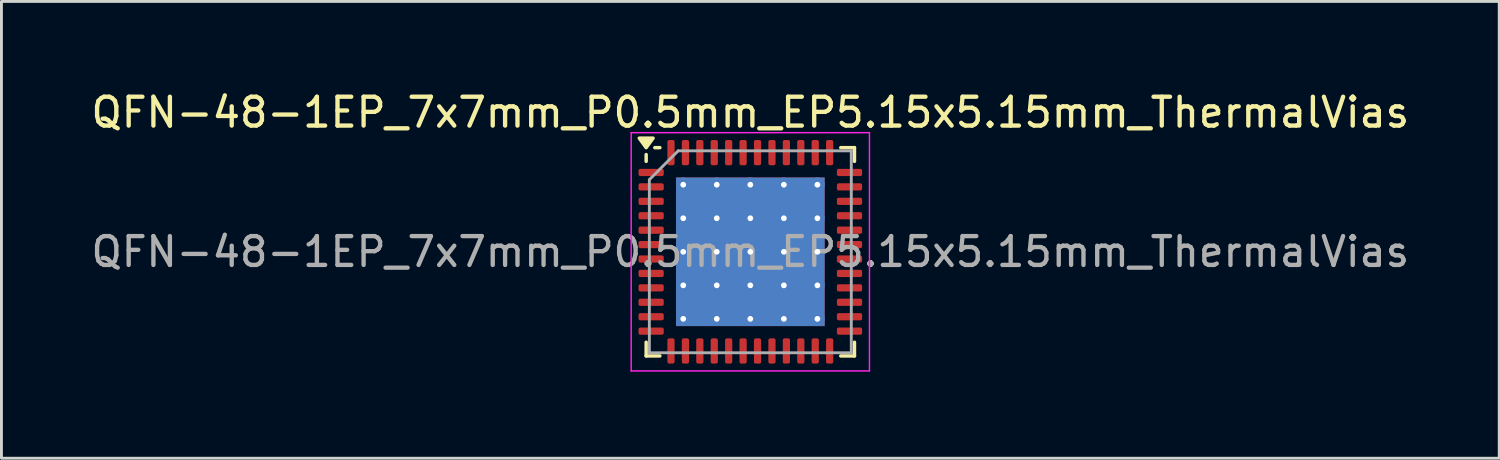
<source format=kicad_pcb>
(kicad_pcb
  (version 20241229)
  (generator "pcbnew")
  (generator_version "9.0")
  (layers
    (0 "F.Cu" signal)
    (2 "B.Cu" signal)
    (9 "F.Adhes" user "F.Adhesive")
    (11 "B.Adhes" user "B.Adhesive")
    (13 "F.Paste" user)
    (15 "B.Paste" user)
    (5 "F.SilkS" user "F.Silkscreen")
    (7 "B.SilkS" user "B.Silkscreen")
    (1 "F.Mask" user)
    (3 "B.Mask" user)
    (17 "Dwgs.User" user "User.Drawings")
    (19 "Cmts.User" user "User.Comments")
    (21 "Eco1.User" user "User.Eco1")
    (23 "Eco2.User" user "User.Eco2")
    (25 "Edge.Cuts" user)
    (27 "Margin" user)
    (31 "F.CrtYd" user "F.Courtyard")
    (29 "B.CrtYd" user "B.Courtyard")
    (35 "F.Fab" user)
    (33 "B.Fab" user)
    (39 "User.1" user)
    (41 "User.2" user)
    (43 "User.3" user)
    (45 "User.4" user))
  (footprint "QFN-48-1EP_7x7mm_P0.5mm_EP5.15x5.15mm_ThermalVias"
    (layer "F.Cu")
    (at 22.958 5.678)
    (property "Reference" "QFN-48-1EP_7x7mm_P0.5mm_EP5.15x5.15mm_ThermalVias" (at 0 -4.83 0) (layer "F.SilkS") (effects (font (size 1 1) (thickness 0.15))))
    (attr smd)
    (fp_line (start -3.61 -3.135) (end -3.61 -3.37) (stroke (width 0.12) (type solid)) (layer "F.SilkS"))
    (fp_line (start -3.61 3.61) (end -3.61 3.135) (stroke (width 0.12) (type solid)) (layer "F.SilkS"))
    (fp_line (start -3.135 -3.61) (end -3.31 -3.61) (stroke (width 0.12) (type solid)) (layer "F.SilkS"))
    (fp_line (start -3.135 3.61) (end -3.61 3.61) (stroke (width 0.12) (type solid)) (layer "F.SilkS"))
    (fp_line (start 3.135 -3.61) (end 3.61 -3.61) (stroke (width 0.12) (type solid)) (layer "F.SilkS"))
    (fp_line (start 3.135 3.61) (end 3.61 3.61) (stroke (width 0.12) (type solid)) (layer "F.SilkS"))
    (fp_line (start 3.61 -3.61) (end 3.61 -3.135) (stroke (width 0.12) (type solid)) (layer "F.SilkS"))
    (fp_line (start 3.61 3.61) (end 3.61 3.135) (stroke (width 0.12) (type solid)) (layer "F.SilkS"))
    (fp_poly (pts (xy -3.61 -3.61) (xy -3.85 -3.94) (xy -3.37 -3.94) (xy -3.61 -3.61)) (stroke (width 0.12) (type solid)) (fill yes) (layer "F.SilkS"))
    (fp_line (start -4.13 -4.13) (end -4.13 4.13) (stroke (width 0.05) (type solid)) (layer "F.CrtYd"))
    (fp_line (start -4.13 4.13) (end 4.13 4.13) (stroke (width 0.05) (type solid)) (layer "F.CrtYd"))
    (fp_line (start 4.13 -4.13) (end -4.13 -4.13) (stroke (width 0.05) (type solid)) (layer "F.CrtYd"))
    (fp_line (start 4.13 4.13) (end 4.13 -4.13) (stroke (width 0.05) (type solid)) (layer "F.CrtYd"))
    (fp_line (start -3.5 -2.5) (end -2.5 -3.5) (stroke (width 0.1) (type solid)) (layer "F.Fab"))
    (fp_line (start -3.5 3.5) (end -3.5 -2.5) (stroke (width 0.1) (type solid)) (layer "F.Fab"))
    (fp_line (start -2.5 -3.5) (end 3.5 -3.5) (stroke (width 0.1) (type solid)) (layer "F.Fab"))
    (fp_line (start 3.5 -3.5) (end 3.5 3.5) (stroke (width 0.1) (type solid)) (layer "F.Fab"))
    (fp_line (start 3.5 3.5) (end -3.5 3.5) (stroke (width 0.1) (type solid)) (layer "F.Fab"))
    (fp_text user "${REFERENCE}" (at 0 0 0) (layer "F.Fab") (effects (font (size 1 1) (thickness 0.15))))
    (pad "" smd roundrect (at -1.744 -1.744) (size 0.997 0.997) (layers "F.Paste") (roundrect_rratio 0.25))
    (pad "" smd roundrect (at -1.744 -0.581) (size 0.997 0.997) (layers "F.Paste") (roundrect_rratio 0.25))
    (pad "" smd roundrect (at -1.744 0.581) (size 0.997 0.997) (layers "F.Paste") (roundrect_rratio 0.25))
    (pad "" smd roundrect (at -1.744 1.744) (size 0.997 0.997) (layers "F.Paste") (roundrect_rratio 0.25))
    (pad "" smd roundrect (at -0.581 -1.744) (size 0.997 0.997) (layers "F.Paste") (roundrect_rratio 0.25))
    (pad "" smd roundrect (at -0.581 -0.581) (size 0.997 0.997) (layers "F.Paste") (roundrect_rratio 0.25))
    (pad "" smd roundrect (at -0.581 0.581) (size 0.997 0.997) (layers "F.Paste") (roundrect_rratio 0.25))
    (pad "" smd roundrect (at -0.581 1.744) (size 0.997 0.997) (layers "F.Paste") (roundrect_rratio 0.25))
    (pad "" smd roundrect (at 0.581 -1.744) (size 0.997 0.997) (layers "F.Paste") (roundrect_rratio 0.25))
    (pad "" smd roundrect (at 0.581 -0.581) (size 0.997 0.997) (layers "F.Paste") (roundrect_rratio 0.25))
    (pad "" smd roundrect (at 0.581 0.581) (size 0.997 0.997) (layers "F.Paste") (roundrect_rratio 0.25))
    (pad "" smd roundrect (at 0.581 1.744) (size 0.997 0.997) (layers "F.Paste") (roundrect_rratio 0.25))
    (pad "" smd roundrect (at 1.744 -1.744) (size 0.997 0.997) (layers "F.Paste") (roundrect_rratio 0.25))
    (pad "" smd roundrect (at 1.744 -0.581) (size 0.997 0.997) (layers "F.Paste") (roundrect_rratio 0.25))
    (pad "" smd roundrect (at 1.744 0.581) (size 0.997 0.997) (layers "F.Paste") (roundrect_rratio 0.25))
    (pad "" smd roundrect (at 1.744 1.744) (size 0.997 0.997) (layers "F.Paste") (roundrect_rratio 0.25))
    (pad "1" smd roundrect (at -3.438 -2.75) (size 0.875 0.25) (layers "F.Cu" "F.Mask" "F.Paste") (roundrect_rratio 0.25))
    (pad "2" smd roundrect (at -3.438 -2.25) (size 0.875 0.25) (layers "F.Cu" "F.Mask" "F.Paste") (roundrect_rratio 0.25))
    (pad "3" smd roundrect (at -3.438 -1.75) (size 0.875 0.25) (layers "F.Cu" "F.Mask" "F.Paste") (roundrect_rratio 0.25))
    (pad "4" smd roundrect (at -3.438 -1.25) (size 0.875 0.25) (layers "F.Cu" "F.Mask" "F.Paste") (roundrect_rratio 0.25))
    (pad "5" smd roundrect (at -3.438 -0.75) (size 0.875 0.25) (layers "F.Cu" "F.Mask" "F.Paste") (roundrect_rratio 0.25))
    (pad "6" smd roundrect (at -3.438 -0.25) (size 0.875 0.25) (layers "F.Cu" "F.Mask" "F.Paste") (roundrect_rratio 0.25))
    (pad "7" smd roundrect (at -3.438 0.25) (size 0.875 0.25) (layers "F.Cu" "F.Mask" "F.Paste") (roundrect_rratio 0.25))
    (pad "8" smd roundrect (at -3.438 0.75) (size 0.875 0.25) (layers "F.Cu" "F.Mask" "F.Paste") (roundrect_rratio 0.25))
    (pad "9" smd roundrect (at -3.438 1.25) (size 0.875 0.25) (layers "F.Cu" "F.Mask" "F.Paste") (roundrect_rratio 0.25))
    (pad "10" smd roundrect (at -3.438 1.75) (size 0.875 0.25) (layers "F.Cu" "F.Mask" "F.Paste") (roundrect_rratio 0.25))
    (pad "11" smd roundrect (at -3.438 2.25) (size 0.875 0.25) (layers "F.Cu" "F.Mask" "F.Paste") (roundrect_rratio 0.25))
    (pad "12" smd roundrect (at -3.438 2.75) (size 0.875 0.25) (layers "F.Cu" "F.Mask" "F.Paste") (roundrect_rratio 0.25))
    (pad "13" smd roundrect (at -2.75 3.438) (size 0.25 0.875) (layers "F.Cu" "F.Mask" "F.Paste") (roundrect_rratio 0.25))
    (pad "14" smd roundrect (at -2.25 3.438) (size 0.25 0.875) (layers "F.Cu" "F.Mask" "F.Paste") (roundrect_rratio 0.25))
    (pad "15" smd roundrect (at -1.75 3.438) (size 0.25 0.875) (layers "F.Cu" "F.Mask" "F.Paste") (roundrect_rratio 0.25))
    (pad "16" smd roundrect (at -1.25 3.438) (size 0.25 0.875) (layers "F.Cu" "F.Mask" "F.Paste") (roundrect_rratio 0.25))
    (pad "17" smd roundrect (at -0.75 3.438) (size 0.25 0.875) (layers "F.Cu" "F.Mask" "F.Paste") (roundrect_rratio 0.25))
    (pad "18" smd roundrect (at -0.25 3.438) (size 0.25 0.875) (layers "F.Cu" "F.Mask" "F.Paste") (roundrect_rratio 0.25))
    (pad "19" smd roundrect (at 0.25 3.438) (size 0.25 0.875) (layers "F.Cu" "F.Mask" "F.Paste") (roundrect_rratio 0.25))
    (pad "20" smd roundrect (at 0.75 3.438) (size 0.25 0.875) (layers "F.Cu" "F.Mask" "F.Paste") (roundrect_rratio 0.25))
    (pad "21" smd roundrect (at 1.25 3.438) (size 0.25 0.875) (layers "F.Cu" "F.Mask" "F.Paste") (roundrect_rratio 0.25))
    (pad "22" smd roundrect (at 1.75 3.438) (size 0.25 0.875) (layers "F.Cu" "F.Mask" "F.Paste") (roundrect_rratio 0.25))
    (pad "23" smd roundrect (at 2.25 3.438) (size 0.25 0.875) (layers "F.Cu" "F.Mask" "F.Paste") (roundrect_rratio 0.25))
    (pad "24" smd roundrect (at 2.75 3.438) (size 0.25 0.875) (layers "F.Cu" "F.Mask" "F.Paste") (roundrect_rratio 0.25))
    (pad "25" smd roundrect (at 3.438 2.75) (size 0.875 0.25) (layers "F.Cu" "F.Mask" "F.Paste") (roundrect_rratio 0.25))
    (pad "26" smd roundrect (at 3.438 2.25) (size 0.875 0.25) (layers "F.Cu" "F.Mask" "F.Paste") (roundrect_rratio 0.25))
    (pad "27" smd roundrect (at 3.438 1.75) (size 0.875 0.25) (layers "F.Cu" "F.Mask" "F.Paste") (roundrect_rratio 0.25))
    (pad "28" smd roundrect (at 3.438 1.25) (size 0.875 0.25) (layers "F.Cu" "F.Mask" "F.Paste") (roundrect_rratio 0.25))
    (pad "29" smd roundrect (at 3.438 0.75) (size 0.875 0.25) (layers "F.Cu" "F.Mask" "F.Paste") (roundrect_rratio 0.25))
    (pad "30" smd roundrect (at 3.438 0.25) (size 0.875 0.25) (layers "F.Cu" "F.Mask" "F.Paste") (roundrect_rratio 0.25))
    (pad "31" smd roundrect (at 3.438 -0.25) (size 0.875 0.25) (layers "F.Cu" "F.Mask" "F.Paste") (roundrect_rratio 0.25))
    (pad "32" smd roundrect (at 3.438 -0.75) (size 0.875 0.25) (layers "F.Cu" "F.Mask" "F.Paste") (roundrect_rratio 0.25))
    (pad "33" smd roundrect (at 3.438 -1.25) (size 0.875 0.25) (layers "F.Cu" "F.Mask" "F.Paste") (roundrect_rratio 0.25))
    (pad "34" smd roundrect (at 3.438 -1.75) (size 0.875 0.25) (layers "F.Cu" "F.Mask" "F.Paste") (roundrect_rratio 0.25))
    (pad "35" smd roundrect (at 3.438 -2.25) (size 0.875 0.25) (layers "F.Cu" "F.Mask" "F.Paste") (roundrect_rratio 0.25))
    (pad "36" smd roundrect (at 3.438 -2.75) (size 0.875 0.25) (layers "F.Cu" "F.Mask" "F.Paste") (roundrect_rratio 0.25))
    (pad "37" smd roundrect (at 2.75 -3.438) (size 0.25 0.875) (layers "F.Cu" "F.Mask" "F.Paste") (roundrect_rratio 0.25))
    (pad "38" smd roundrect (at 2.25 -3.438) (size 0.25 0.875) (layers "F.Cu" "F.Mask" "F.Paste") (roundrect_rratio 0.25))
    (pad "39" smd roundrect (at 1.75 -3.438) (size 0.25 0.875) (layers "F.Cu" "F.Mask" "F.Paste") (roundrect_rratio 0.25))
    (pad "40" smd roundrect (at 1.25 -3.438) (size 0.25 0.875) (layers "F.Cu" "F.Mask" "F.Paste") (roundrect_rratio 0.25))
    (pad "41" smd roundrect (at 0.75 -3.438) (size 0.25 0.875) (layers "F.Cu" "F.Mask" "F.Paste") (roundrect_rratio 0.25))
    (pad "42" smd roundrect (at 0.25 -3.438) (size 0.25 0.875) (layers "F.Cu" "F.Mask" "F.Paste") (roundrect_rratio 0.25))
    (pad "43" smd roundrect (at -0.25 -3.438) (size 0.25 0.875) (layers "F.Cu" "F.Mask" "F.Paste") (roundrect_rratio 0.25))
    (pad "44" smd roundrect (at -0.75 -3.438) (size 0.25 0.875) (layers "F.Cu" "F.Mask" "F.Paste") (roundrect_rratio 0.25))
    (pad "45" smd roundrect (at -1.25 -3.438) (size 0.25 0.875) (layers "F.Cu" "F.Mask" "F.Paste") (roundrect_rratio 0.25))
    (pad "46" smd roundrect (at -1.75 -3.438) (size 0.25 0.875) (layers "F.Cu" "F.Mask" "F.Paste") (roundrect_rratio 0.25))
    (pad "47" smd roundrect (at -2.25 -3.438) (size 0.25 0.875) (layers "F.Cu" "F.Mask" "F.Paste") (roundrect_rratio 0.25))
    (pad "48" smd roundrect (at -2.75 -3.438) (size 0.25 0.875) (layers "F.Cu" "F.Mask" "F.Paste") (roundrect_rratio 0.25))
    (pad "49" thru_hole circle (at -2.325 -2.325) (size 0.5 0.5) (drill 0.2) (property pad_prop_heatsink) (layers "*.Cu"))
    (pad "49" thru_hole circle (at -2.325 -1.163) (size 0.5 0.5) (drill 0.2) (property pad_prop_heatsink) (layers "*.Cu"))
    (pad "49" thru_hole circle (at -2.325 0) (size 0.5 0.5) (drill 0.2) (property pad_prop_heatsink) (layers "*.Cu"))
    (pad "49" thru_hole circle (at -2.325 1.163) (size 0.5 0.5) (drill 0.2) (property pad_prop_heatsink) (layers "*.Cu"))
    (pad "49" thru_hole circle (at -2.325 2.325) (size 0.5 0.5) (drill 0.2) (property pad_prop_heatsink) (layers "*.Cu"))
    (pad "49" thru_hole circle (at -1.163 -2.325) (size 0.5 0.5) (drill 0.2) (property pad_prop_heatsink) (layers "*.Cu"))
    (pad "49" thru_hole circle (at -1.163 -1.163) (size 0.5 0.5) (drill 0.2) (property pad_prop_heatsink) (layers "*.Cu"))
    (pad "49" thru_hole circle (at -1.163 0) (size 0.5 0.5) (drill 0.2) (property pad_prop_heatsink) (layers "*.Cu"))
    (pad "49" thru_hole circle (at -1.163 1.163) (size 0.5 0.5) (drill 0.2) (property pad_prop_heatsink) (layers "*.Cu"))
    (pad "49" thru_hole circle (at -1.163 2.325) (size 0.5 0.5) (drill 0.2) (property pad_prop_heatsink) (layers "*.Cu"))
    (pad "49" thru_hole circle (at 0 -2.325) (size 0.5 0.5) (drill 0.2) (property pad_prop_heatsink) (layers "*.Cu"))
    (pad "49" thru_hole circle (at 0 -1.163) (size 0.5 0.5) (drill 0.2) (property pad_prop_heatsink) (layers "*.Cu"))
    (pad "49" thru_hole circle (at 0 0) (size 0.5 0.5) (drill 0.2) (property pad_prop_heatsink) (layers "*.Cu"))
    (pad "49" smd rect (at 0 0) (size 5.15 5.15) (property pad_prop_heatsink) (layers "F.Cu" "F.Mask"))
    (pad "49" smd rect (at 0 0) (size 5.15 5.15) (property pad_prop_heatsink) (layers "B.Cu"))
    (pad "49" thru_hole circle (at 0 1.163) (size 0.5 0.5) (drill 0.2) (property pad_prop_heatsink) (layers "*.Cu"))
    (pad "49" thru_hole circle (at 0 2.325) (size 0.5 0.5) (drill 0.2) (property pad_prop_heatsink) (layers "*.Cu"))
    (pad "49" thru_hole circle (at 1.163 -2.325) (size 0.5 0.5) (drill 0.2) (property pad_prop_heatsink) (layers "*.Cu"))
    (pad "49" thru_hole circle (at 1.163 -1.163) (size 0.5 0.5) (drill 0.2) (property pad_prop_heatsink) (layers "*.Cu"))
    (pad "49" thru_hole circle (at 1.163 0) (size 0.5 0.5) (drill 0.2) (property pad_prop_heatsink) (layers "*.Cu"))
    (pad "49" thru_hole circle (at 1.163 1.163) (size 0.5 0.5) (drill 0.2) (property pad_prop_heatsink) (layers "*.Cu"))
    (pad "49" thru_hole circle (at 1.163 2.325) (size 0.5 0.5) (drill 0.2) (property pad_prop_heatsink) (layers "*.Cu"))
    (pad "49" thru_hole circle (at 2.325 -2.325) (size 0.5 0.5) (drill 0.2) (property pad_prop_heatsink) (layers "*.Cu"))
    (pad "49" thru_hole circle (at 2.325 -1.163) (size 0.5 0.5) (drill 0.2) (property pad_prop_heatsink) (layers "*.Cu"))
    (pad "49" thru_hole circle (at 2.325 0) (size 0.5 0.5) (drill 0.2) (property pad_prop_heatsink) (layers "*.Cu"))
    (pad "49" thru_hole circle (at 2.325 1.163) (size 0.5 0.5) (drill 0.2) (property pad_prop_heatsink) (layers "*.Cu"))
    (pad "49" thru_hole circle (at 2.325 2.325) (size 0.5 0.5) (drill 0.2) (property pad_prop_heatsink) (layers "*.Cu")))
  (gr_rect
    (start -3 -3)
    (end 48.917 12.833)
    (stroke (width 0.1) (type default))
    (fill no)
    (layer "Edge.Cuts")))
</source>
